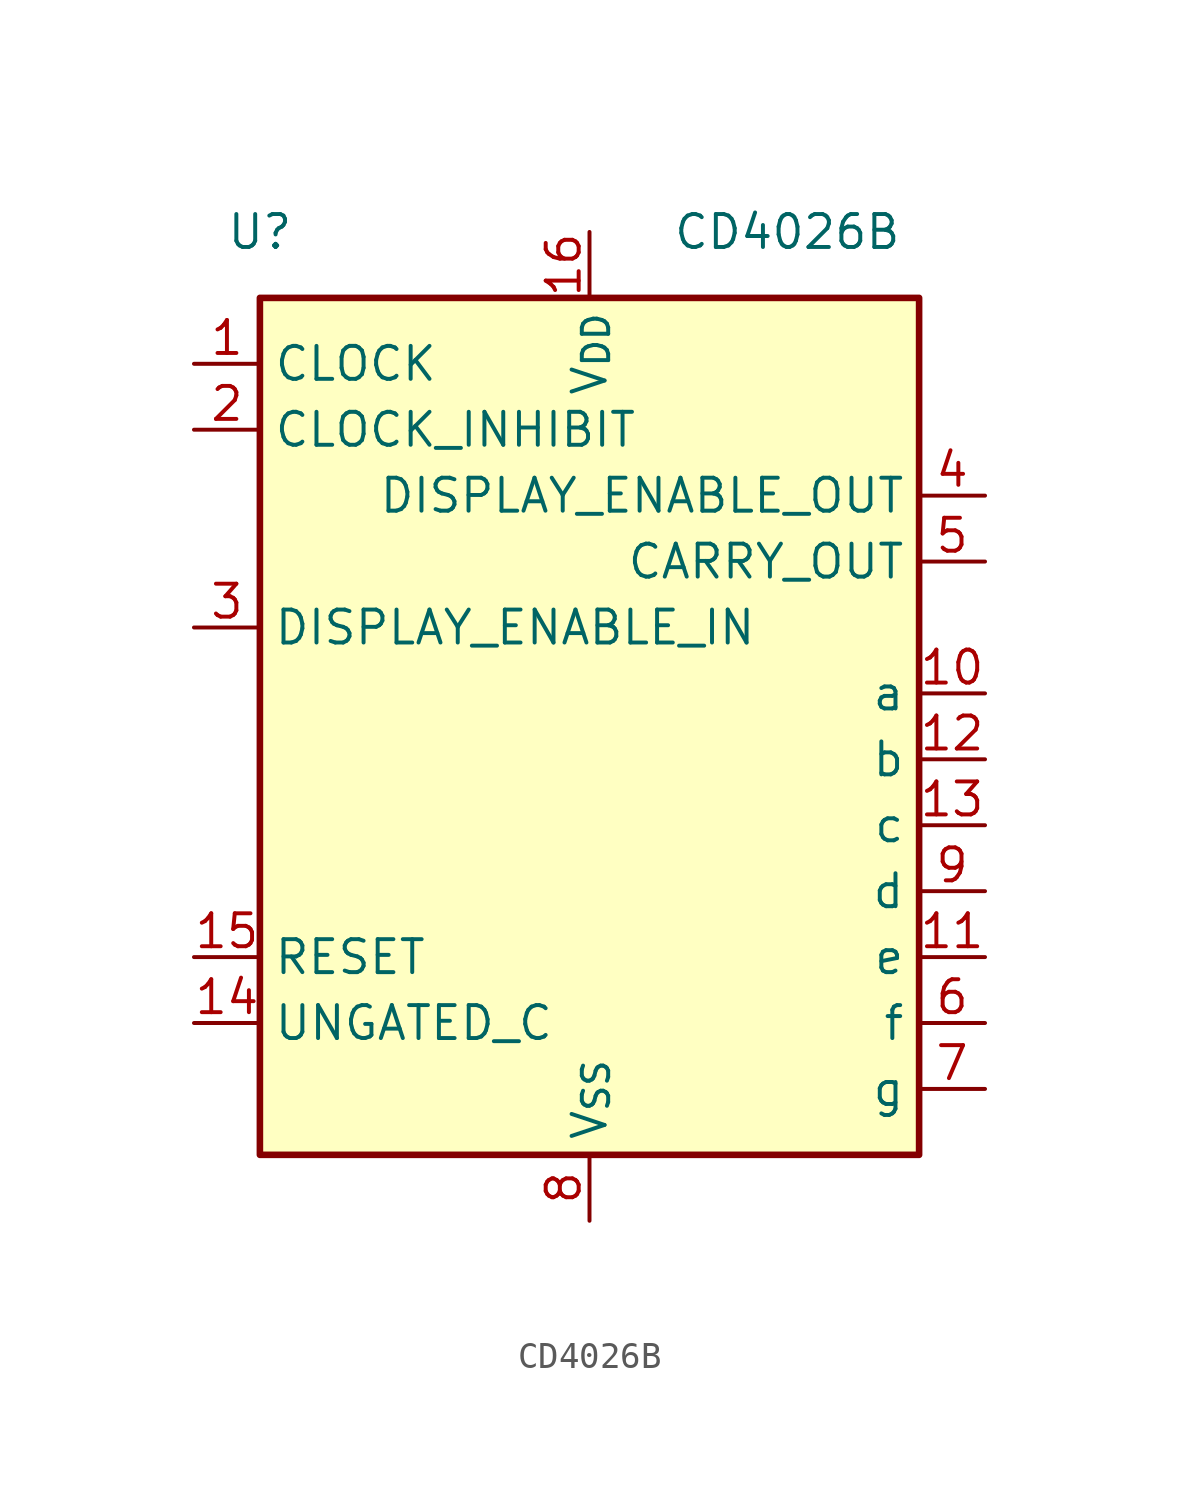
<source format=kicad_sym>
(kicad_symbol_lib
  (version 20231120)
  (generator "kicad_symbol_editor")
  (generator_version "8.0")
  (symbol "CD4026B"
    (property "Reference" "U"
      (at -12.7 17.78 0)
      (effects (font (size 1.27 1.27))))
    (property "Value" "CD4026B"
      (at 7.62 17.78 0)
      (effects (font (size 1.27 1.27))))
    (symbol "CD4026B_1_1"
      (rectangle (start -12.7 15.24) (end 12.7 -17.78) (stroke (width 0.254) (type default)) (fill (type background)))
      (pin input line (at -15.24 12.7 0) (length 2.54) (name "CLOCK" (effects (font (size 1.27 1.27)))) (number "1" (effects (font (size 1.27 1.27)))))
      (pin output line (at 15.24 0 180) (length 2.54) (name "a" (effects (font (size 1.27 1.27)))) (number "10" (effects (font (size 1.27 1.27)))))
      (pin output line (at 15.24 -10.16 180) (length 2.54) (name "e" (effects (font (size 1.27 1.27)))) (number "11" (effects (font (size 1.27 1.27)))))
      (pin output line (at 15.24 -2.54 180) (length 2.54) (name "b" (effects (font (size 1.27 1.27)))) (number "12" (effects (font (size 1.27 1.27)))))
      (pin output line (at 15.24 -5.08 180) (length 2.54) (name "c" (effects (font (size 1.27 1.27)))) (number "13" (effects (font (size 1.27 1.27)))))
      (pin input line (at -15.24 -12.7 0) (length 2.54) (name "UNGATED_C" (effects (font (size 1.27 1.27)))) (number "14" (effects (font (size 1.27 1.27)))))
      (pin input line (at -15.24 -10.16 0) (length 2.54) (name "RESET" (effects (font (size 1.27 1.27)))) (number "15" (effects (font (size 1.27 1.27)))))
      (pin power_in line (at 0 17.78 270) (length 2.54) (name "V_{DD}" (effects (font (size 1.27 1.27)))) (number "16" (effects (font (size 1.27 1.27)))))
      (pin input line (at -15.24 10.16 0) (length 2.54) (name "CLOCK_INHIBIT" (effects (font (size 1.27 1.27)))) (number "2" (effects (font (size 1.27 1.27)))))
      (pin input line (at -15.24 2.54 0) (length 2.54) (name "DISPLAY_ENABLE_IN" (effects (font (size 1.27 1.27)))) (number "3" (effects (font (size 1.27 1.27)))))
      (pin output line (at 15.24 7.62 180) (length 2.54) (name "DISPLAY_ENABLE_OUT" (effects (font (size 1.27 1.27)))) (number "4" (effects (font (size 1.27 1.27)))))
      (pin output line (at 15.24 5.08 180) (length 2.54) (name "CARRY_OUT" (effects (font (size 1.27 1.27)))) (number "5" (effects (font (size 1.27 1.27)))))
      (pin output line (at 15.24 -12.7 180) (length 2.54) (name "f" (effects (font (size 1.27 1.27)))) (number "6" (effects (font (size 1.27 1.27)))))
      (pin output line (at 15.24 -15.24 180) (length 2.54) (name "g" (effects (font (size 1.27 1.27)))) (number "7" (effects (font (size 1.27 1.27)))))
      (pin power_in line (at 0 -20.32 90) (length 2.54) (name "V_{SS}" (effects (font (size 1.27 1.27)))) (number "8" (effects (font (size 1.27 1.27)))))
      (pin output line (at 15.24 -7.62 180) (length 2.54) (name "d" (effects (font (size 1.27 1.27)))) (number "9" (effects (font (size 1.27 1.27))))))))
</source>
